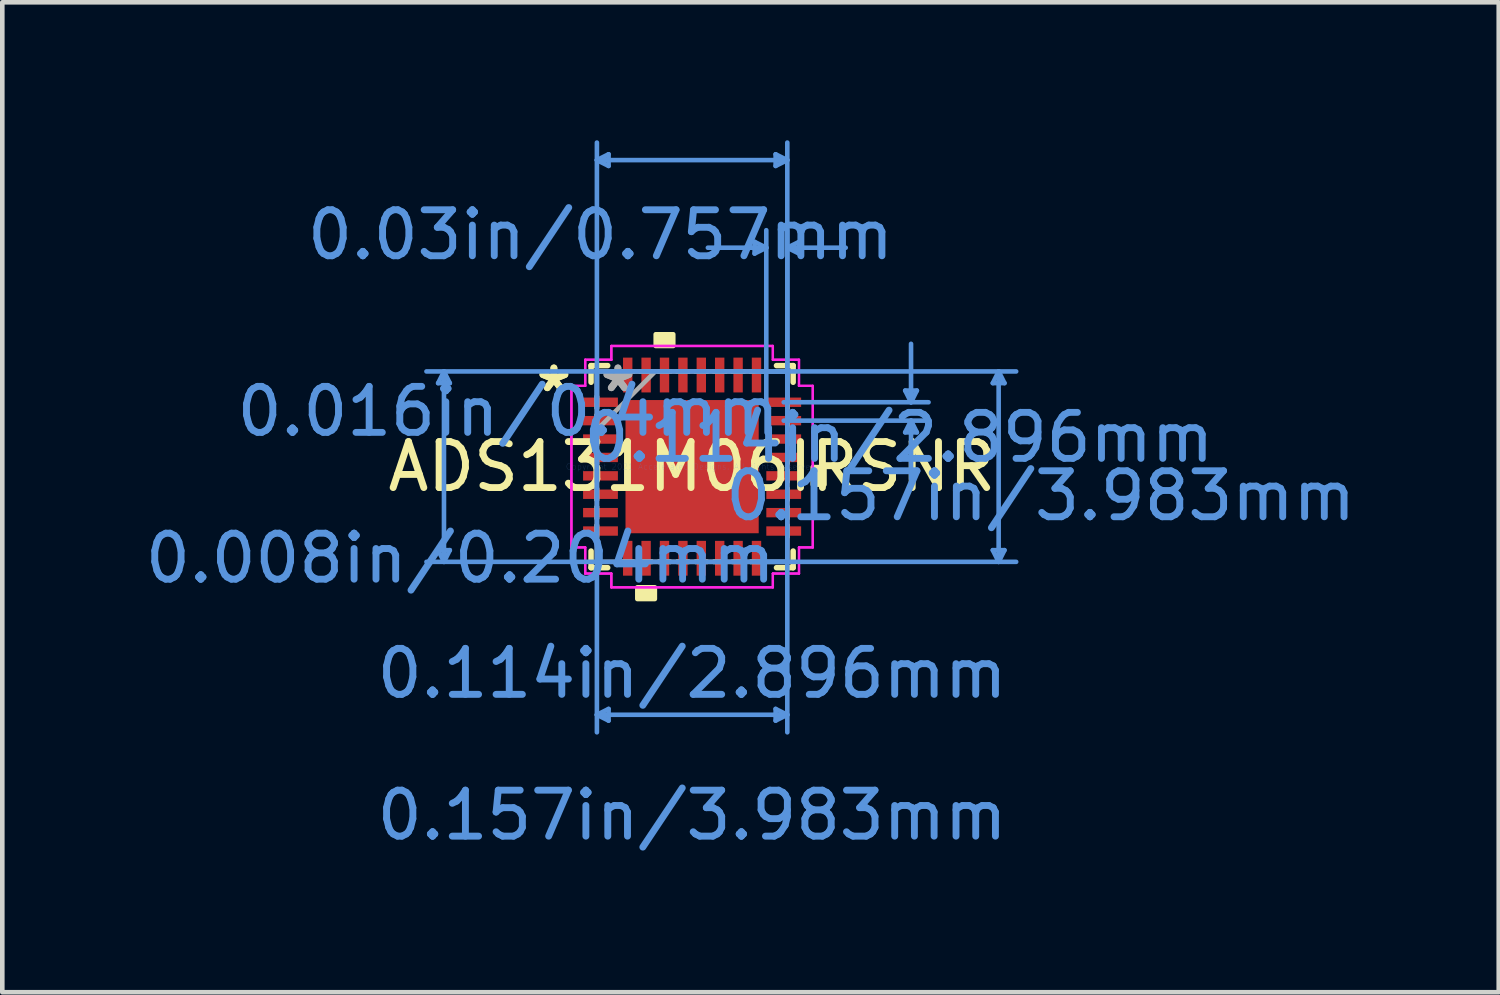
<source format=kicad_pcb>
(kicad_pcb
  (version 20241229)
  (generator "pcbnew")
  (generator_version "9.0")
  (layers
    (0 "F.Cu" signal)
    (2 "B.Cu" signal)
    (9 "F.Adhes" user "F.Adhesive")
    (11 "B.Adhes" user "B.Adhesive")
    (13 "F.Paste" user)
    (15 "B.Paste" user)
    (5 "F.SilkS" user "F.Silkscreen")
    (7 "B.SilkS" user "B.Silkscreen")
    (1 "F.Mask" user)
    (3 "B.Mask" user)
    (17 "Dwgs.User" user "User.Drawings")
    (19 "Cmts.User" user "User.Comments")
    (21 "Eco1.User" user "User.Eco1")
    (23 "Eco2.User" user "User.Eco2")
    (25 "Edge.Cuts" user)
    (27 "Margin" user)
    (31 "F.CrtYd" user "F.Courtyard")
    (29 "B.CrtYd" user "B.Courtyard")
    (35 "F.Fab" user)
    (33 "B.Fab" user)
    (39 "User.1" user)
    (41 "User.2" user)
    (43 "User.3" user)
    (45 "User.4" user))
  (footprint "ADS131M06IRSNR"
    (layer "F.Cu")
    (at 11.998 7.096)
    (property "Reference" "ADS131M06IRSNR" (at 0 0 0) (layer "F.SilkS") (effects (font (size 1 1) (thickness 0.15))))
    (attr through_hole)
    (fp_line (start -2.197 -2.197) (end -2.197 -1.835) (stroke (width 0.12) (type solid)) (layer "F.SilkS"))
    (fp_line (start -2.197 1.835) (end -2.197 2.197) (stroke (width 0.12) (type solid)) (layer "F.SilkS"))
    (fp_line (start -2.197 2.197) (end -1.835 2.197) (stroke (width 0.12) (type solid)) (layer "F.SilkS"))
    (fp_line (start -1.835 -2.197) (end -2.197 -2.197) (stroke (width 0.12) (type solid)) (layer "F.SilkS"))
    (fp_line (start 1.835 2.197) (end 2.197 2.197) (stroke (width 0.12) (type solid)) (layer "F.SilkS"))
    (fp_line (start 2.197 -2.197) (end 1.835 -2.197) (stroke (width 0.12) (type solid)) (layer "F.SilkS"))
    (fp_line (start 2.197 -1.835) (end 2.197 -2.197) (stroke (width 0.12) (type solid)) (layer "F.SilkS"))
    (fp_line (start 2.197 2.197) (end 2.197 1.835) (stroke (width 0.12) (type solid)) (layer "F.SilkS"))
    (fp_poly (pts (xy -1.191 2.624) (xy -1.191 2.878) (xy -0.81 2.878) (xy -0.81 2.624)) (stroke (width 0.1) (type solid)) (fill yes) (layer "F.SilkS"))
    (fp_poly (pts (xy -0.791 -2.624) (xy -0.791 -2.878) (xy -0.41 -2.878) (xy -0.41 -2.624)) (stroke (width 0.1) (type solid)) (fill yes) (layer "F.SilkS"))
    (fp_poly (pts (xy 2.878 0.01) (xy 2.878 0.391) (xy 2.624 0.391) (xy 2.624 0.01)) (stroke (width 0.1) (type solid)) (fill yes) (layer "F.SilkS"))
    (fp_poly (pts (xy -1.348 -1.348) (xy -1.348 -0.1) (xy -0.1 -0.1) (xy -0.1 -1.348)) (stroke (width 0.1) (type solid)) (fill yes) (layer "F.Paste"))
    (fp_poly (pts (xy -1.348 0.1) (xy -1.348 1.348) (xy -0.1 1.348) (xy -0.1 0.1)) (stroke (width 0.1) (type solid)) (fill yes) (layer "F.Paste"))
    (fp_poly (pts (xy 0.1 -1.348) (xy 0.1 -0.1) (xy 1.348 -0.1) (xy 1.348 -1.348)) (stroke (width 0.1) (type solid)) (fill yes) (layer "F.Paste"))
    (fp_poly (pts (xy 0.1 0.1) (xy 0.1 1.348) (xy 1.348 1.348) (xy 1.348 0.1)) (stroke (width 0.1) (type solid)) (fill yes) (layer "F.Paste"))
    (fp_line (start -5.522 -1.816) (end -5.268 -1.816) (stroke (width 0.1) (type solid)) (layer "Cmts.User"))
    (fp_line (start -5.522 1.816) (end -5.268 1.816) (stroke (width 0.1) (type solid)) (layer "Cmts.User"))
    (fp_line (start -5.395 -2.07) (end -5.522 -1.816) (stroke (width 0.1) (type solid)) (layer "Cmts.User"))
    (fp_line (start -5.395 -2.07) (end -5.395 2.07) (stroke (width 0.1) (type solid)) (layer "Cmts.User"))
    (fp_line (start -5.395 -2.07) (end -5.268 -1.816) (stroke (width 0.1) (type solid)) (layer "Cmts.User"))
    (fp_line (start -5.395 2.07) (end -5.522 1.816) (stroke (width 0.1) (type solid)) (layer "Cmts.User"))
    (fp_line (start -5.395 2.07) (end -5.268 1.816) (stroke (width 0.1) (type solid)) (layer "Cmts.User"))
    (fp_line (start -2.07 -6.665) (end -1.816 -6.792) (stroke (width 0.1) (type solid)) (layer "Cmts.User"))
    (fp_line (start -2.07 -6.665) (end -1.816 -6.538) (stroke (width 0.1) (type solid)) (layer "Cmts.User"))
    (fp_line (start -2.07 -6.665) (end 2.07 -6.665) (stroke (width 0.1) (type solid)) (layer "Cmts.User"))
    (fp_line (start -2.07 -2.07) (end -2.07 5.776) (stroke (width 0.1) (type solid)) (layer "Cmts.User"))
    (fp_line (start -2.07 -1.4) (end -2.07 -7.046) (stroke (width 0.1) (type solid)) (layer "Cmts.User"))
    (fp_line (start -2.07 5.395) (end -1.816 5.268) (stroke (width 0.1) (type solid)) (layer "Cmts.User"))
    (fp_line (start -2.07 5.395) (end -1.816 5.522) (stroke (width 0.1) (type solid)) (layer "Cmts.User"))
    (fp_line (start -2.07 5.395) (end 2.07 5.395) (stroke (width 0.1) (type solid)) (layer "Cmts.User"))
    (fp_line (start -1.816 -6.792) (end -1.816 -6.538) (stroke (width 0.1) (type solid)) (layer "Cmts.User"))
    (fp_line (start -1.816 5.268) (end -1.816 5.522) (stroke (width 0.1) (type solid)) (layer "Cmts.User"))
    (fp_line (start 1.359 -4.887) (end 1.359 -4.633) (stroke (width 0.1) (type solid)) (layer "Cmts.User"))
    (fp_line (start 1.4 -2.07) (end 7.046 -2.07) (stroke (width 0.1) (type solid)) (layer "Cmts.User"))
    (fp_line (start 1.4 2.07) (end 7.046 2.07) (stroke (width 0.1) (type solid)) (layer "Cmts.User"))
    (fp_line (start 1.613 -4.76) (end 0.343 -4.76) (stroke (width 0.1) (type solid)) (layer "Cmts.User"))
    (fp_line (start 1.613 -4.76) (end 1.359 -4.887) (stroke (width 0.1) (type solid)) (layer "Cmts.User"))
    (fp_line (start 1.613 -4.76) (end 1.359 -4.633) (stroke (width 0.1) (type solid)) (layer "Cmts.User"))
    (fp_line (start 1.613 -1.4) (end 1.613 -5.141) (stroke (width 0.1) (type solid)) (layer "Cmts.User"))
    (fp_line (start 1.816 -6.792) (end 1.816 -6.538) (stroke (width 0.1) (type solid)) (layer "Cmts.User"))
    (fp_line (start 1.816 5.268) (end 1.816 5.522) (stroke (width 0.1) (type solid)) (layer "Cmts.User"))
    (fp_line (start 1.992 -1.4) (end 5.141 -1.4) (stroke (width 0.1) (type solid)) (layer "Cmts.User"))
    (fp_line (start 1.992 -1) (end 5.141 -1) (stroke (width 0.1) (type solid)) (layer "Cmts.User"))
    (fp_line (start 2.07 -6.665) (end 1.816 -6.792) (stroke (width 0.1) (type solid)) (layer "Cmts.User"))
    (fp_line (start 2.07 -6.665) (end 1.816 -6.538) (stroke (width 0.1) (type solid)) (layer "Cmts.User"))
    (fp_line (start 2.07 -4.76) (end 2.324 -4.887) (stroke (width 0.1) (type solid)) (layer "Cmts.User"))
    (fp_line (start 2.07 -4.76) (end 2.324 -4.633) (stroke (width 0.1) (type solid)) (layer "Cmts.User"))
    (fp_line (start 2.07 -4.76) (end 3.34 -4.76) (stroke (width 0.1) (type solid)) (layer "Cmts.User"))
    (fp_line (start 2.07 -2.07) (end -5.776 -2.07) (stroke (width 0.1) (type solid)) (layer "Cmts.User"))
    (fp_line (start 2.07 -2.07) (end 2.07 5.776) (stroke (width 0.1) (type solid)) (layer "Cmts.User"))
    (fp_line (start 2.07 -1.4) (end 2.07 -7.046) (stroke (width 0.1) (type solid)) (layer "Cmts.User"))
    (fp_line (start 2.07 -1.4) (end 2.07 -5.141) (stroke (width 0.1) (type solid)) (layer "Cmts.User"))
    (fp_line (start 2.07 2.07) (end -5.776 2.07) (stroke (width 0.1) (type solid)) (layer "Cmts.User"))
    (fp_line (start 2.07 5.395) (end 1.816 5.268) (stroke (width 0.1) (type solid)) (layer "Cmts.User"))
    (fp_line (start 2.07 5.395) (end 1.816 5.522) (stroke (width 0.1) (type solid)) (layer "Cmts.User"))
    (fp_line (start 2.324 -4.887) (end 2.324 -4.633) (stroke (width 0.1) (type solid)) (layer "Cmts.User"))
    (fp_line (start 4.633 -1.654) (end 4.887 -1.654) (stroke (width 0.1) (type solid)) (layer "Cmts.User"))
    (fp_line (start 4.633 -0.746) (end 4.887 -0.746) (stroke (width 0.1) (type solid)) (layer "Cmts.User"))
    (fp_line (start 4.76 -1.4) (end 4.633 -1.654) (stroke (width 0.1) (type solid)) (layer "Cmts.User"))
    (fp_line (start 4.76 -1.4) (end 4.76 -2.67) (stroke (width 0.1) (type solid)) (layer "Cmts.User"))
    (fp_line (start 4.76 -1.4) (end 4.887 -1.654) (stroke (width 0.1) (type solid)) (layer "Cmts.User"))
    (fp_line (start 4.76 -1) (end 4.633 -0.746) (stroke (width 0.1) (type solid)) (layer "Cmts.User"))
    (fp_line (start 4.76 -1) (end 4.76 0.27) (stroke (width 0.1) (type solid)) (layer "Cmts.User"))
    (fp_line (start 4.76 -1) (end 4.887 -0.746) (stroke (width 0.1) (type solid)) (layer "Cmts.User"))
    (fp_line (start 6.538 -1.816) (end 6.792 -1.816) (stroke (width 0.1) (type solid)) (layer "Cmts.User"))
    (fp_line (start 6.538 1.816) (end 6.792 1.816) (stroke (width 0.1) (type solid)) (layer "Cmts.User"))
    (fp_line (start 6.665 -2.07) (end 6.538 -1.816) (stroke (width 0.1) (type solid)) (layer "Cmts.User"))
    (fp_line (start 6.665 -2.07) (end 6.665 2.07) (stroke (width 0.1) (type solid)) (layer "Cmts.User"))
    (fp_line (start 6.665 -2.07) (end 6.792 -1.816) (stroke (width 0.1) (type solid)) (layer "Cmts.User"))
    (fp_line (start 6.665 2.07) (end 6.538 1.816) (stroke (width 0.1) (type solid)) (layer "Cmts.User"))
    (fp_line (start 6.665 2.07) (end 6.792 1.816) (stroke (width 0.1) (type solid)) (layer "Cmts.User"))
    (fp_line (start -2.624 -1.756) (end -2.324 -1.756) (stroke (width 0.05) (type solid)) (layer "F.CrtYd"))
    (fp_line (start -2.624 -1.756) (end -2.324 -1.756) (stroke (width 0.05) (type solid)) (layer "F.CrtYd"))
    (fp_line (start -2.624 1.756) (end -2.624 -1.756) (stroke (width 0.05) (type solid)) (layer "F.CrtYd"))
    (fp_line (start -2.624 1.756) (end -2.624 -1.756) (stroke (width 0.05) (type solid)) (layer "F.CrtYd"))
    (fp_line (start -2.324 -2.324) (end -1.756 -2.324) (stroke (width 0.05) (type solid)) (layer "F.CrtYd"))
    (fp_line (start -2.324 -2.324) (end -1.756 -2.324) (stroke (width 0.05) (type solid)) (layer "F.CrtYd"))
    (fp_line (start -2.324 -1.756) (end -2.324 -2.324) (stroke (width 0.05) (type solid)) (layer "F.CrtYd"))
    (fp_line (start -2.324 -1.756) (end -2.324 -2.324) (stroke (width 0.05) (type solid)) (layer "F.CrtYd"))
    (fp_line (start -2.324 1.756) (end -2.624 1.756) (stroke (width 0.05) (type solid)) (layer "F.CrtYd"))
    (fp_line (start -2.324 1.756) (end -2.624 1.756) (stroke (width 0.05) (type solid)) (layer "F.CrtYd"))
    (fp_line (start -2.324 2.324) (end -2.324 1.756) (stroke (width 0.05) (type solid)) (layer "F.CrtYd"))
    (fp_line (start -2.324 2.324) (end -2.324 1.756) (stroke (width 0.05) (type solid)) (layer "F.CrtYd"))
    (fp_line (start -1.756 -2.624) (end 1.756 -2.624) (stroke (width 0.05) (type solid)) (layer "F.CrtYd"))
    (fp_line (start -1.756 -2.624) (end 1.756 -2.624) (stroke (width 0.05) (type solid)) (layer "F.CrtYd"))
    (fp_line (start -1.756 -2.324) (end -1.756 -2.624) (stroke (width 0.05) (type solid)) (layer "F.CrtYd"))
    (fp_line (start -1.756 -2.324) (end -1.756 -2.624) (stroke (width 0.05) (type solid)) (layer "F.CrtYd"))
    (fp_line (start -1.756 2.324) (end -2.324 2.324) (stroke (width 0.05) (type solid)) (layer "F.CrtYd"))
    (fp_line (start -1.756 2.324) (end -2.324 2.324) (stroke (width 0.05) (type solid)) (layer "F.CrtYd"))
    (fp_line (start -1.756 2.624) (end -1.756 2.324) (stroke (width 0.05) (type solid)) (layer "F.CrtYd"))
    (fp_line (start -1.756 2.624) (end -1.756 2.324) (stroke (width 0.05) (type solid)) (layer "F.CrtYd"))
    (fp_line (start 1.756 -2.624) (end 1.756 -2.324) (stroke (width 0.05) (type solid)) (layer "F.CrtYd"))
    (fp_line (start 1.756 -2.624) (end 1.756 -2.324) (stroke (width 0.05) (type solid)) (layer "F.CrtYd"))
    (fp_line (start 1.756 -2.324) (end 2.324 -2.324) (stroke (width 0.05) (type solid)) (layer "F.CrtYd"))
    (fp_line (start 1.756 -2.324) (end 2.324 -2.324) (stroke (width 0.05) (type solid)) (layer "F.CrtYd"))
    (fp_line (start 1.756 2.324) (end 1.756 2.624) (stroke (width 0.05) (type solid)) (layer "F.CrtYd"))
    (fp_line (start 1.756 2.324) (end 1.756 2.624) (stroke (width 0.05) (type solid)) (layer "F.CrtYd"))
    (fp_line (start 1.756 2.624) (end -1.756 2.624) (stroke (width 0.05) (type solid)) (layer "F.CrtYd"))
    (fp_line (start 1.756 2.624) (end -1.756 2.624) (stroke (width 0.05) (type solid)) (layer "F.CrtYd"))
    (fp_line (start 2.324 -2.324) (end 2.324 -1.756) (stroke (width 0.05) (type solid)) (layer "F.CrtYd"))
    (fp_line (start 2.324 -2.324) (end 2.324 -1.756) (stroke (width 0.05) (type solid)) (layer "F.CrtYd"))
    (fp_line (start 2.324 -1.756) (end 2.624 -1.756) (stroke (width 0.05) (type solid)) (layer "F.CrtYd"))
    (fp_line (start 2.324 -1.756) (end 2.624 -1.756) (stroke (width 0.05) (type solid)) (layer "F.CrtYd"))
    (fp_line (start 2.324 1.756) (end 2.324 2.324) (stroke (width 0.05) (type solid)) (layer "F.CrtYd"))
    (fp_line (start 2.324 1.756) (end 2.324 2.324) (stroke (width 0.05) (type solid)) (layer "F.CrtYd"))
    (fp_line (start 2.324 2.324) (end 1.756 2.324) (stroke (width 0.05) (type solid)) (layer "F.CrtYd"))
    (fp_line (start 2.324 2.324) (end 1.756 2.324) (stroke (width 0.05) (type solid)) (layer "F.CrtYd"))
    (fp_line (start 2.624 -1.756) (end 2.624 1.756) (stroke (width 0.05) (type solid)) (layer "F.CrtYd"))
    (fp_line (start 2.624 -1.756) (end 2.624 1.756) (stroke (width 0.05) (type solid)) (layer "F.CrtYd"))
    (fp_line (start 2.624 1.756) (end 2.324 1.756) (stroke (width 0.05) (type solid)) (layer "F.CrtYd"))
    (fp_line (start 2.624 1.756) (end 2.324 1.756) (stroke (width 0.05) (type solid)) (layer "F.CrtYd"))
    (fp_line (start -2.07 -2.07) (end -2.07 -2.07) (stroke (width 0.1) (type solid)) (layer "F.Fab"))
    (fp_line (start -2.07 -2.07) (end -2.07 2.07) (stroke (width 0.1) (type solid)) (layer "F.Fab"))
    (fp_line (start -2.07 -1.527) (end -2.07 -1.527) (stroke (width 0.1) (type solid)) (layer "F.Fab"))
    (fp_line (start -2.07 -1.527) (end -2.07 -1.273) (stroke (width 0.1) (type solid)) (layer "F.Fab"))
    (fp_line (start -2.07 -1.273) (end -2.07 -1.527) (stroke (width 0.1) (type solid)) (layer "F.Fab"))
    (fp_line (start -2.07 -1.273) (end -2.07 -1.273) (stroke (width 0.1) (type solid)) (layer "F.Fab"))
    (fp_line (start -2.07 -1.127) (end -2.07 -1.127) (stroke (width 0.1) (type solid)) (layer "F.Fab"))
    (fp_line (start -2.07 -1.127) (end -2.07 -0.873) (stroke (width 0.1) (type solid)) (layer "F.Fab"))
    (fp_line (start -2.07 -0.873) (end -2.07 -1.127) (stroke (width 0.1) (type solid)) (layer "F.Fab"))
    (fp_line (start -2.07 -0.873) (end -2.07 -0.873) (stroke (width 0.1) (type solid)) (layer "F.Fab"))
    (fp_line (start -2.07 -0.8) (end -0.8 -2.07) (stroke (width 0.1) (type solid)) (layer "F.Fab"))
    (fp_line (start -2.07 -0.727) (end -2.07 -0.727) (stroke (width 0.1) (type solid)) (layer "F.Fab"))
    (fp_line (start -2.07 -0.727) (end -2.07 -0.473) (stroke (width 0.1) (type solid)) (layer "F.Fab"))
    (fp_line (start -2.07 -0.473) (end -2.07 -0.727) (stroke (width 0.1) (type solid)) (layer "F.Fab"))
    (fp_line (start -2.07 -0.473) (end -2.07 -0.473) (stroke (width 0.1) (type solid)) (layer "F.Fab"))
    (fp_line (start -2.07 -0.327) (end -2.07 -0.327) (stroke (width 0.1) (type solid)) (layer "F.Fab"))
    (fp_line (start -2.07 -0.327) (end -2.07 -0.073) (stroke (width 0.1) (type solid)) (layer "F.Fab"))
    (fp_line (start -2.07 -0.073) (end -2.07 -0.327) (stroke (width 0.1) (type solid)) (layer "F.Fab"))
    (fp_line (start -2.07 -0.073) (end -2.07 -0.073) (stroke (width 0.1) (type solid)) (layer "F.Fab"))
    (fp_line (start -2.07 0.073) (end -2.07 0.073) (stroke (width 0.1) (type solid)) (layer "F.Fab"))
    (fp_line (start -2.07 0.073) (end -2.07 0.327) (stroke (width 0.1) (type solid)) (layer "F.Fab"))
    (fp_line (start -2.07 0.327) (end -2.07 0.073) (stroke (width 0.1) (type solid)) (layer "F.Fab"))
    (fp_line (start -2.07 0.327) (end -2.07 0.327) (stroke (width 0.1) (type solid)) (layer "F.Fab"))
    (fp_line (start -2.07 0.473) (end -2.07 0.473) (stroke (width 0.1) (type solid)) (layer "F.Fab"))
    (fp_line (start -2.07 0.473) (end -2.07 0.727) (stroke (width 0.1) (type solid)) (layer "F.Fab"))
    (fp_line (start -2.07 0.727) (end -2.07 0.473) (stroke (width 0.1) (type solid)) (layer "F.Fab"))
    (fp_line (start -2.07 0.727) (end -2.07 0.727) (stroke (width 0.1) (type solid)) (layer "F.Fab"))
    (fp_line (start -2.07 0.873) (end -2.07 0.873) (stroke (width 0.1) (type solid)) (layer "F.Fab"))
    (fp_line (start -2.07 0.873) (end -2.07 1.127) (stroke (width 0.1) (type solid)) (layer "F.Fab"))
    (fp_line (start -2.07 1.127) (end -2.07 0.873) (stroke (width 0.1) (type solid)) (layer "F.Fab"))
    (fp_line (start -2.07 1.127) (end -2.07 1.127) (stroke (width 0.1) (type solid)) (layer "F.Fab"))
    (fp_line (start -2.07 1.273) (end -2.07 1.273) (stroke (width 0.1) (type solid)) (layer "F.Fab"))
    (fp_line (start -2.07 1.273) (end -2.07 1.527) (stroke (width 0.1) (type solid)) (layer "F.Fab"))
    (fp_line (start -2.07 1.527) (end -2.07 1.273) (stroke (width 0.1) (type solid)) (layer "F.Fab"))
    (fp_line (start -2.07 1.527) (end -2.07 1.527) (stroke (width 0.1) (type solid)) (layer "F.Fab"))
    (fp_line (start -2.07 2.07) (end -2.07 2.07) (stroke (width 0.1) (type solid)) (layer "F.Fab"))
    (fp_line (start -2.07 2.07) (end 2.07 2.07) (stroke (width 0.1) (type solid)) (layer "F.Fab"))
    (fp_line (start -1.527 -2.07) (end -1.527 -2.07) (stroke (width 0.1) (type solid)) (layer "F.Fab"))
    (fp_line (start -1.527 -2.07) (end -1.273 -2.07) (stroke (width 0.1) (type solid)) (layer "F.Fab"))
    (fp_line (start -1.527 2.07) (end -1.527 2.07) (stroke (width 0.1) (type solid)) (layer "F.Fab"))
    (fp_line (start -1.527 2.07) (end -1.273 2.07) (stroke (width 0.1) (type solid)) (layer "F.Fab"))
    (fp_line (start -1.273 -2.07) (end -1.527 -2.07) (stroke (width 0.1) (type solid)) (layer "F.Fab"))
    (fp_line (start -1.273 -2.07) (end -1.273 -2.07) (stroke (width 0.1) (type solid)) (layer "F.Fab"))
    (fp_line (start -1.273 2.07) (end -1.527 2.07) (stroke (width 0.1) (type solid)) (layer "F.Fab"))
    (fp_line (start -1.273 2.07) (end -1.273 2.07) (stroke (width 0.1) (type solid)) (layer "F.Fab"))
    (fp_line (start -1.127 -2.07) (end -1.127 -2.07) (stroke (width 0.1) (type solid)) (layer "F.Fab"))
    (fp_line (start -1.127 -2.07) (end -0.873 -2.07) (stroke (width 0.1) (type solid)) (layer "F.Fab"))
    (fp_line (start -1.127 2.07) (end -1.127 2.07) (stroke (width 0.1) (type solid)) (layer "F.Fab"))
    (fp_line (start -1.127 2.07) (end -0.873 2.07) (stroke (width 0.1) (type solid)) (layer "F.Fab"))
    (fp_line (start -0.873 -2.07) (end -1.127 -2.07) (stroke (width 0.1) (type solid)) (layer "F.Fab"))
    (fp_line (start -0.873 -2.07) (end -0.873 -2.07) (stroke (width 0.1) (type solid)) (layer "F.Fab"))
    (fp_line (start -0.873 2.07) (end -1.127 2.07) (stroke (width 0.1) (type solid)) (layer "F.Fab"))
    (fp_line (start -0.873 2.07) (end -0.873 2.07) (stroke (width 0.1) (type solid)) (layer "F.Fab"))
    (fp_line (start -0.727 -2.07) (end -0.727 -2.07) (stroke (width 0.1) (type solid)) (layer "F.Fab"))
    (fp_line (start -0.727 -2.07) (end -0.473 -2.07) (stroke (width 0.1) (type solid)) (layer "F.Fab"))
    (fp_line (start -0.727 2.07) (end -0.727 2.07) (stroke (width 0.1) (type solid)) (layer "F.Fab"))
    (fp_line (start -0.727 2.07) (end -0.473 2.07) (stroke (width 0.1) (type solid)) (layer "F.Fab"))
    (fp_line (start -0.473 -2.07) (end -0.727 -2.07) (stroke (width 0.1) (type solid)) (layer "F.Fab"))
    (fp_line (start -0.473 -2.07) (end -0.473 -2.07) (stroke (width 0.1) (type solid)) (layer "F.Fab"))
    (fp_line (start -0.473 2.07) (end -0.727 2.07) (stroke (width 0.1) (type solid)) (layer "F.Fab"))
    (fp_line (start -0.473 2.07) (end -0.473 2.07) (stroke (width 0.1) (type solid)) (layer "F.Fab"))
    (fp_line (start -0.327 -2.07) (end -0.327 -2.07) (stroke (width 0.1) (type solid)) (layer "F.Fab"))
    (fp_line (start -0.327 -2.07) (end -0.073 -2.07) (stroke (width 0.1) (type solid)) (layer "F.Fab"))
    (fp_line (start -0.327 2.07) (end -0.327 2.07) (stroke (width 0.1) (type solid)) (layer "F.Fab"))
    (fp_line (start -0.327 2.07) (end -0.073 2.07) (stroke (width 0.1) (type solid)) (layer "F.Fab"))
    (fp_line (start -0.073 -2.07) (end -0.327 -2.07) (stroke (width 0.1) (type solid)) (layer "F.Fab"))
    (fp_line (start -0.073 -2.07) (end -0.073 -2.07) (stroke (width 0.1) (type solid)) (layer "F.Fab"))
    (fp_line (start -0.073 2.07) (end -0.327 2.07) (stroke (width 0.1) (type solid)) (layer "F.Fab"))
    (fp_line (start -0.073 2.07) (end -0.073 2.07) (stroke (width 0.1) (type solid)) (layer "F.Fab"))
    (fp_line (start 0.073 -2.07) (end 0.073 -2.07) (stroke (width 0.1) (type solid)) (layer "F.Fab"))
    (fp_line (start 0.073 -2.07) (end 0.327 -2.07) (stroke (width 0.1) (type solid)) (layer "F.Fab"))
    (fp_line (start 0.073 2.07) (end 0.073 2.07) (stroke (width 0.1) (type solid)) (layer "F.Fab"))
    (fp_line (start 0.073 2.07) (end 0.327 2.07) (stroke (width 0.1) (type solid)) (layer "F.Fab"))
    (fp_line (start 0.327 -2.07) (end 0.073 -2.07) (stroke (width 0.1) (type solid)) (layer "F.Fab"))
    (fp_line (start 0.327 -2.07) (end 0.327 -2.07) (stroke (width 0.1) (type solid)) (layer "F.Fab"))
    (fp_line (start 0.327 2.07) (end 0.073 2.07) (stroke (width 0.1) (type solid)) (layer "F.Fab"))
    (fp_line (start 0.327 2.07) (end 0.327 2.07) (stroke (width 0.1) (type solid)) (layer "F.Fab"))
    (fp_line (start 0.473 -2.07) (end 0.473 -2.07) (stroke (width 0.1) (type solid)) (layer "F.Fab"))
    (fp_line (start 0.473 -2.07) (end 0.727 -2.07) (stroke (width 0.1) (type solid)) (layer "F.Fab"))
    (fp_line (start 0.473 2.07) (end 0.473 2.07) (stroke (width 0.1) (type solid)) (layer "F.Fab"))
    (fp_line (start 0.473 2.07) (end 0.727 2.07) (stroke (width 0.1) (type solid)) (layer "F.Fab"))
    (fp_line (start 0.727 -2.07) (end 0.473 -2.07) (stroke (width 0.1) (type solid)) (layer "F.Fab"))
    (fp_line (start 0.727 -2.07) (end 0.727 -2.07) (stroke (width 0.1) (type solid)) (layer "F.Fab"))
    (fp_line (start 0.727 2.07) (end 0.473 2.07) (stroke (width 0.1) (type solid)) (layer "F.Fab"))
    (fp_line (start 0.727 2.07) (end 0.727 2.07) (stroke (width 0.1) (type solid)) (layer "F.Fab"))
    (fp_line (start 0.873 -2.07) (end 0.873 -2.07) (stroke (width 0.1) (type solid)) (layer "F.Fab"))
    (fp_line (start 0.873 -2.07) (end 1.127 -2.07) (stroke (width 0.1) (type solid)) (layer "F.Fab"))
    (fp_line (start 0.873 2.07) (end 0.873 2.07) (stroke (width 0.1) (type solid)) (layer "F.Fab"))
    (fp_line (start 0.873 2.07) (end 1.127 2.07) (stroke (width 0.1) (type solid)) (layer "F.Fab"))
    (fp_line (start 1.127 -2.07) (end 0.873 -2.07) (stroke (width 0.1) (type solid)) (layer "F.Fab"))
    (fp_line (start 1.127 -2.07) (end 1.127 -2.07) (stroke (width 0.1) (type solid)) (layer "F.Fab"))
    (fp_line (start 1.127 2.07) (end 0.873 2.07) (stroke (width 0.1) (type solid)) (layer "F.Fab"))
    (fp_line (start 1.127 2.07) (end 1.127 2.07) (stroke (width 0.1) (type solid)) (layer "F.Fab"))
    (fp_line (start 1.273 -2.07) (end 1.273 -2.07) (stroke (width 0.1) (type solid)) (layer "F.Fab"))
    (fp_line (start 1.273 -2.07) (end 1.527 -2.07) (stroke (width 0.1) (type solid)) (layer "F.Fab"))
    (fp_line (start 1.273 2.07) (end 1.273 2.07) (stroke (width 0.1) (type solid)) (layer "F.Fab"))
    (fp_line (start 1.273 2.07) (end 1.527 2.07) (stroke (width 0.1) (type solid)) (layer "F.Fab"))
    (fp_line (start 1.527 -2.07) (end 1.273 -2.07) (stroke (width 0.1) (type solid)) (layer "F.Fab"))
    (fp_line (start 1.527 -2.07) (end 1.527 -2.07) (stroke (width 0.1) (type solid)) (layer "F.Fab"))
    (fp_line (start 1.527 2.07) (end 1.273 2.07) (stroke (width 0.1) (type solid)) (layer "F.Fab"))
    (fp_line (start 1.527 2.07) (end 1.527 2.07) (stroke (width 0.1) (type solid)) (layer "F.Fab"))
    (fp_line (start 2.07 -2.07) (end -2.07 -2.07) (stroke (width 0.1) (type solid)) (layer "F.Fab"))
    (fp_line (start 2.07 -2.07) (end 2.07 -2.07) (stroke (width 0.1) (type solid)) (layer "F.Fab"))
    (fp_line (start 2.07 -1.527) (end 2.07 -1.527) (stroke (width 0.1) (type solid)) (layer "F.Fab"))
    (fp_line (start 2.07 -1.527) (end 2.07 -1.273) (stroke (width 0.1) (type solid)) (layer "F.Fab"))
    (fp_line (start 2.07 -1.273) (end 2.07 -1.527) (stroke (width 0.1) (type solid)) (layer "F.Fab"))
    (fp_line (start 2.07 -1.273) (end 2.07 -1.273) (stroke (width 0.1) (type solid)) (layer "F.Fab"))
    (fp_line (start 2.07 -1.127) (end 2.07 -1.127) (stroke (width 0.1) (type solid)) (layer "F.Fab"))
    (fp_line (start 2.07 -1.127) (end 2.07 -0.873) (stroke (width 0.1) (type solid)) (layer "F.Fab"))
    (fp_line (start 2.07 -0.873) (end 2.07 -1.127) (stroke (width 0.1) (type solid)) (layer "F.Fab"))
    (fp_line (start 2.07 -0.873) (end 2.07 -0.873) (stroke (width 0.1) (type solid)) (layer "F.Fab"))
    (fp_line (start 2.07 -0.727) (end 2.07 -0.727) (stroke (width 0.1) (type solid)) (layer "F.Fab"))
    (fp_line (start 2.07 -0.727) (end 2.07 -0.473) (stroke (width 0.1) (type solid)) (layer "F.Fab"))
    (fp_line (start 2.07 -0.473) (end 2.07 -0.727) (stroke (width 0.1) (type solid)) (layer "F.Fab"))
    (fp_line (start 2.07 -0.473) (end 2.07 -0.473) (stroke (width 0.1) (type solid)) (layer "F.Fab"))
    (fp_line (start 2.07 -0.327) (end 2.07 -0.327) (stroke (width 0.1) (type solid)) (layer "F.Fab"))
    (fp_line (start 2.07 -0.327) (end 2.07 -0.073) (stroke (width 0.1) (type solid)) (layer "F.Fab"))
    (fp_line (start 2.07 -0.073) (end 2.07 -0.327) (stroke (width 0.1) (type solid)) (layer "F.Fab"))
    (fp_line (start 2.07 -0.073) (end 2.07 -0.073) (stroke (width 0.1) (type solid)) (layer "F.Fab"))
    (fp_line (start 2.07 0.073) (end 2.07 0.073) (stroke (width 0.1) (type solid)) (layer "F.Fab"))
    (fp_line (start 2.07 0.073) (end 2.07 0.327) (stroke (width 0.1) (type solid)) (layer "F.Fab"))
    (fp_line (start 2.07 0.327) (end 2.07 0.073) (stroke (width 0.1) (type solid)) (layer "F.Fab"))
    (fp_line (start 2.07 0.327) (end 2.07 0.327) (stroke (width 0.1) (type solid)) (layer "F.Fab"))
    (fp_line (start 2.07 0.473) (end 2.07 0.473) (stroke (width 0.1) (type solid)) (layer "F.Fab"))
    (fp_line (start 2.07 0.473) (end 2.07 0.727) (stroke (width 0.1) (type solid)) (layer "F.Fab"))
    (fp_line (start 2.07 0.727) (end 2.07 0.473) (stroke (width 0.1) (type solid)) (layer "F.Fab"))
    (fp_line (start 2.07 0.727) (end 2.07 0.727) (stroke (width 0.1) (type solid)) (layer "F.Fab"))
    (fp_line (start 2.07 0.873) (end 2.07 0.873) (stroke (width 0.1) (type solid)) (layer "F.Fab"))
    (fp_line (start 2.07 0.873) (end 2.07 1.127) (stroke (width 0.1) (type solid)) (layer "F.Fab"))
    (fp_line (start 2.07 1.127) (end 2.07 0.873) (stroke (width 0.1) (type solid)) (layer "F.Fab"))
    (fp_line (start 2.07 1.127) (end 2.07 1.127) (stroke (width 0.1) (type solid)) (layer "F.Fab"))
    (fp_line (start 2.07 1.273) (end 2.07 1.273) (stroke (width 0.1) (type solid)) (layer "F.Fab"))
    (fp_line (start 2.07 1.273) (end 2.07 1.527) (stroke (width 0.1) (type solid)) (layer "F.Fab"))
    (fp_line (start 2.07 1.527) (end 2.07 1.273) (stroke (width 0.1) (type solid)) (layer "F.Fab"))
    (fp_line (start 2.07 1.527) (end 2.07 1.527) (stroke (width 0.1) (type solid)) (layer "F.Fab"))
    (fp_line (start 2.07 2.07) (end 2.07 -2.07) (stroke (width 0.1) (type solid)) (layer "F.Fab"))
    (fp_line (start 2.07 2.07) (end 2.07 2.07) (stroke (width 0.1) (type solid)) (layer "F.Fab"))
    (fp_text user "*" (at -3.005 -1.6 0) (layer "F.SilkS") (effects (font (size 1 1) (thickness 0.15))))
    (fp_text user "*" (at -3.005 -1.6 0) (layer "F.SilkS") (effects (font (size 1 1) (thickness 0.15))))
    (fp_text user "0.157in/3.983mm" (at 7.579 0.635 0) (layer "Cmts.User") (effects (font (size 1 1) (thickness 0.15))))
    (fp_text user "0.008in/0.204mm" (at -5.04 1.992 0) (layer "Cmts.User") (effects (font (size 1 1) (thickness 0.15))))
    (fp_text user "0.016in/0.4mm" (at -3.998 -1.2 0) (layer "Cmts.User") (effects (font (size 1 1) (thickness 0.15))))
    (fp_text user "0.03in/0.757mm" (at -1.992 -5.04 0) (layer "Cmts.User") (effects (font (size 1 1) (thickness 0.15))))
    (fp_text user "0.157in/3.983mm" (at 0 7.579 0) (layer "Cmts.User") (effects (font (size 1 1) (thickness 0.15))))
    (fp_text user "0.114in/2.896mm" (at 4.496 -0.635 0) (layer "Cmts.User") (effects (font (size 1 1) (thickness 0.15))))
    (fp_text user "Copyright 2021 Accelerated Designs. All rights reserved." (at 0 0 0) (layer "Cmts.User") (effects (font (size 0.127 0.127) (thickness 0.002))))
    (fp_text user "0.114in/2.896mm" (at 0 4.496 0) (layer "Cmts.User") (effects (font (size 1 1) (thickness 0.15))))
    (fp_text user "*" (at -1.613 -1.6 0) (layer "F.Fab") (effects (font (size 1 1) (thickness 0.15))))
    (fp_text user "*" (at -1.613 -1.6 0) (layer "F.Fab") (effects (font (size 1 1) (thickness 0.15))))
    (pad "1" smd rect (at -1.992 -1.4 90) (size 0.204 0.757) (layers "F.Cu" "F.Mask" "F.Paste"))
    (pad "2" smd rect (at -1.992 -1 90) (size 0.204 0.757) (layers "F.Cu" "F.Mask" "F.Paste"))
    (pad "3" smd rect (at -1.992 -0.6 90) (size 0.204 0.757) (layers "F.Cu" "F.Mask" "F.Paste"))
    (pad "4" smd rect (at -1.992 -0.2 90) (size 0.204 0.757) (layers "F.Cu" "F.Mask" "F.Paste"))
    (pad "5" smd rect (at -1.992 0.2 90) (size 0.204 0.757) (layers "F.Cu" "F.Mask" "F.Paste"))
    (pad "6" smd rect (at -1.992 0.6 90) (size 0.204 0.757) (layers "F.Cu" "F.Mask" "F.Paste"))
    (pad "7" smd rect (at -1.992 1 90) (size 0.204 0.757) (layers "F.Cu" "F.Mask" "F.Paste"))
    (pad "8" smd rect (at -1.992 1.4 90) (size 0.204 0.757) (layers "F.Cu" "F.Mask" "F.Paste"))
    (pad "9" smd rect (at -1.4 1.992) (size 0.204 0.757) (layers "F.Cu" "F.Mask" "F.Paste"))
    (pad "10" smd rect (at -1 1.992) (size 0.204 0.757) (layers "F.Cu" "F.Mask" "F.Paste"))
    (pad "11" smd rect (at -0.6 1.992) (size 0.204 0.757) (layers "F.Cu" "F.Mask" "F.Paste"))
    (pad "12" smd rect (at -0.2 1.992) (size 0.204 0.757) (layers "F.Cu" "F.Mask" "F.Paste"))
    (pad "13" smd rect (at 0.2 1.992) (size 0.204 0.757) (layers "F.Cu" "F.Mask" "F.Paste"))
    (pad "14" smd rect (at 0.6 1.992) (size 0.204 0.757) (layers "F.Cu" "F.Mask" "F.Paste"))
    (pad "15" smd rect (at 1 1.992) (size 0.204 0.757) (layers "F.Cu" "F.Mask" "F.Paste"))
    (pad "16" smd rect (at 1.4 1.992) (size 0.204 0.757) (layers "F.Cu" "F.Mask" "F.Paste"))
    (pad "17" smd rect (at 1.992 1.4 90) (size 0.204 0.757) (layers "F.Cu" "F.Mask" "F.Paste"))
    (pad "18" smd rect (at 1.992 1 90) (size 0.204 0.757) (layers "F.Cu" "F.Mask" "F.Paste"))
    (pad "19" smd rect (at 1.992 0.6 90) (size 0.204 0.757) (layers "F.Cu" "F.Mask" "F.Paste"))
    (pad "20" smd rect (at 1.992 0.2 90) (size 0.204 0.757) (layers "F.Cu" "F.Mask" "F.Paste"))
    (pad "21" smd rect (at 1.992 -0.2 90) (size 0.204 0.757) (layers "F.Cu" "F.Mask" "F.Paste"))
    (pad "22" smd rect (at 1.992 -0.6 90) (size 0.204 0.757) (layers "F.Cu" "F.Mask" "F.Paste"))
    (pad "23" smd rect (at 1.992 -1 90) (size 0.204 0.757) (layers "F.Cu" "F.Mask" "F.Paste"))
    (pad "24" smd rect (at 1.992 -1.4 90) (size 0.204 0.757) (layers "F.Cu" "F.Mask" "F.Paste"))
    (pad "25" smd rect (at 1.4 -1.992) (size 0.204 0.757) (layers "F.Cu" "F.Mask" "F.Paste"))
    (pad "26" smd rect (at 1 -1.992) (size 0.204 0.757) (layers "F.Cu" "F.Mask" "F.Paste"))
    (pad "27" smd rect (at 0.6 -1.992) (size 0.204 0.757) (layers "F.Cu" "F.Mask" "F.Paste"))
    (pad "28" smd rect (at 0.2 -1.992) (size 0.204 0.757) (layers "F.Cu" "F.Mask" "F.Paste"))
    (pad "29" smd rect (at -0.2 -1.992) (size 0.204 0.757) (layers "F.Cu" "F.Mask" "F.Paste"))
    (pad "30" smd rect (at -0.6 -1.992) (size 0.204 0.757) (layers "F.Cu" "F.Mask" "F.Paste"))
    (pad "31" smd rect (at -1 -1.992) (size 0.204 0.757) (layers "F.Cu" "F.Mask" "F.Paste"))
    (pad "32" smd rect (at -1.4 -1.992) (size 0.204 0.757) (layers "F.Cu" "F.Mask" "F.Paste"))
    (pad "33" smd rect (at 0 0) (size 2.896 2.896) (layers "F.Cu" "F.Mask")))
  (gr_rect
    (start -3 -3)
    (end 29.536 18.524)
    (stroke (width 0.1) (type default))
    (fill no)
    (layer "Edge.Cuts")))
</source>
